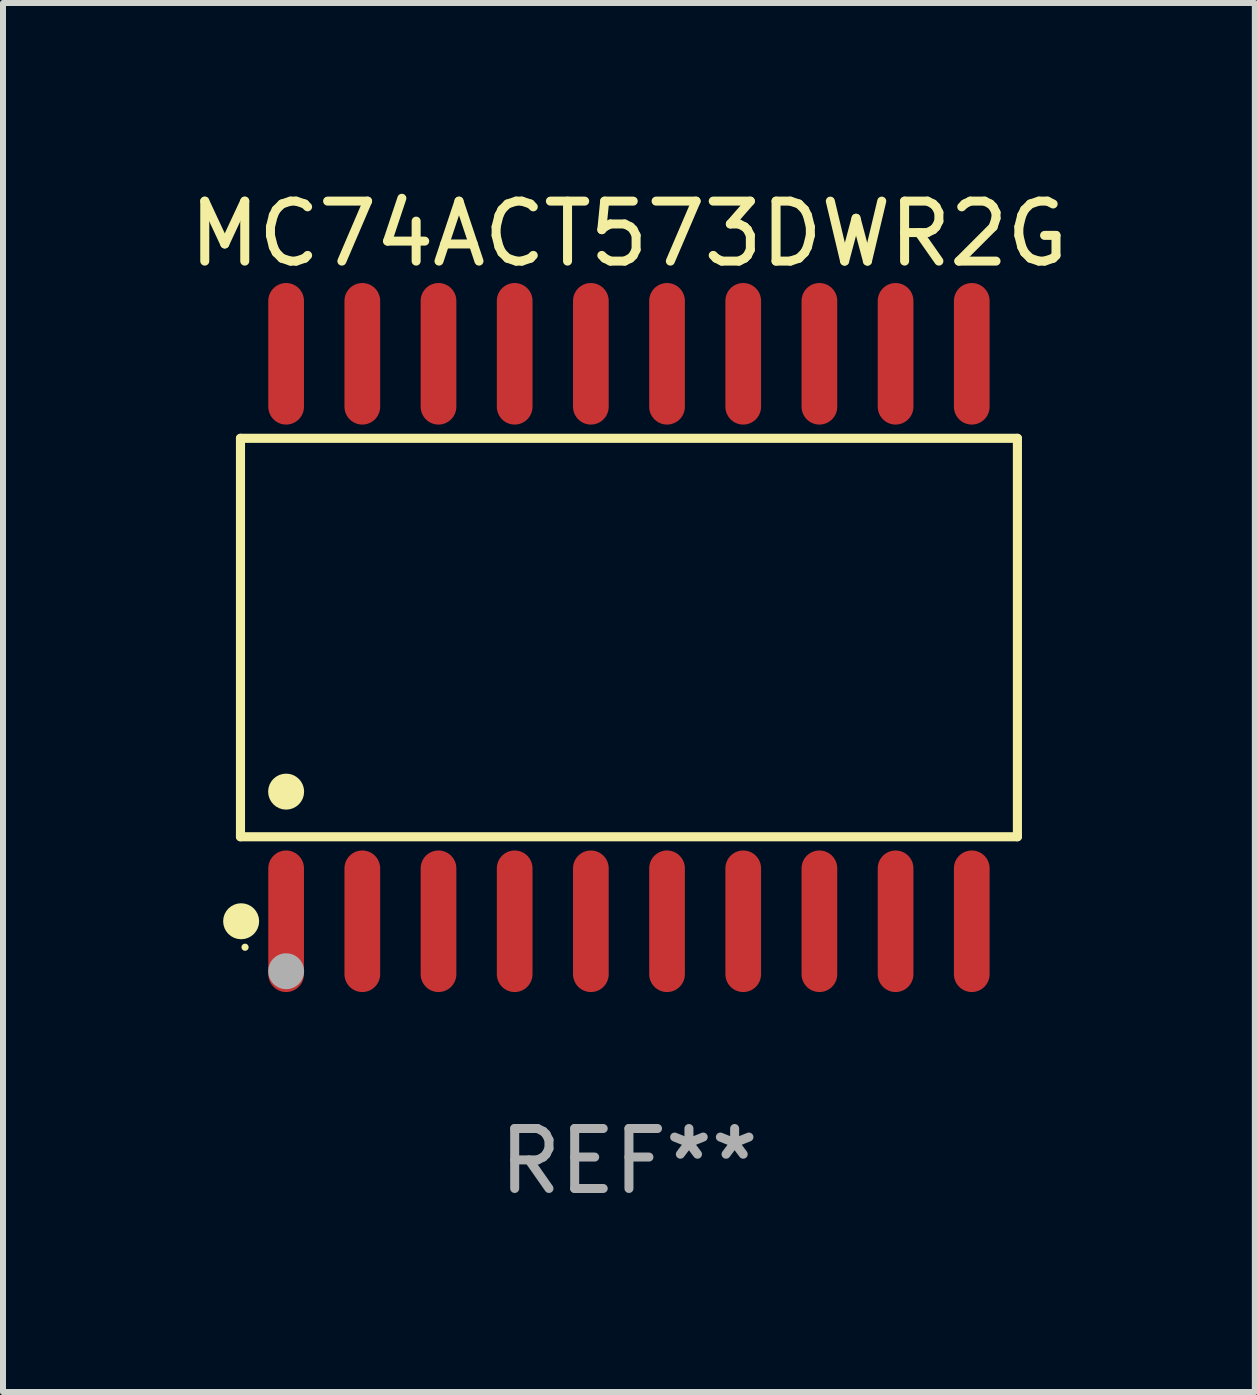
<source format=kicad_pcb>
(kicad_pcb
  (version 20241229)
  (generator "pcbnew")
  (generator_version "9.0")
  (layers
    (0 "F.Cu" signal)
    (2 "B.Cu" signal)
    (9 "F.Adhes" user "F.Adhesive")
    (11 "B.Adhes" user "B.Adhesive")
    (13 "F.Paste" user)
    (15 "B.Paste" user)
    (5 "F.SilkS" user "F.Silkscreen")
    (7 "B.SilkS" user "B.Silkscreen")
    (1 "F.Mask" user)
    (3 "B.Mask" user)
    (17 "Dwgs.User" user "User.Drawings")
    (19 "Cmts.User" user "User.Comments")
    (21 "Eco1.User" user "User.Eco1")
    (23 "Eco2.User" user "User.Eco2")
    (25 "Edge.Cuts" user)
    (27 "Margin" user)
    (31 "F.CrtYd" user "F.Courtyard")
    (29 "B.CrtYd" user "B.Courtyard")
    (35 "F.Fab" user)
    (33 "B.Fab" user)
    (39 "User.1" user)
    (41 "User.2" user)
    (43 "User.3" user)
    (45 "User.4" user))
  (footprint "MC74ACT573DWR2G"
    (layer "F.Cu")
    (at 7.435 7.578)
    (property "Reference" "MC74ACT573DWR2G" (at 0 -6.73 0) (layer "F.SilkS") (effects (font (size 1 1) (thickness 0.15))))
    (attr through_hole)
    (fp_line (start -6.476 -3.321) (end 6.476 -3.321) (stroke (width 0.152) (type solid)) (layer "F.SilkS"))
    (fp_line (start -6.476 3.321) (end -6.476 -3.321) (stroke (width 0.152) (type solid)) (layer "F.SilkS"))
    (fp_line (start 6.476 -3.321) (end 6.476 3.321) (stroke (width 0.152) (type solid)) (layer "F.SilkS"))
    (fp_line (start 6.476 3.321) (end -6.476 3.321) (stroke (width 0.152) (type solid)) (layer "F.SilkS"))
    (fp_circle (center -6.465 4.73) (end -6.315 4.73) (stroke (width 0.3) (type solid)) (fill no) (layer "F.SilkS"))
    (fp_circle (center -6.4 5.163) (end -6.37 5.163) (stroke (width 0.06) (type solid)) (fill no) (layer "F.SilkS"))
    (fp_circle (center -5.715 2.569) (end -5.565 2.569) (stroke (width 0.3) (type solid)) (fill no) (layer "F.SilkS"))
    (fp_circle (center -5.715 5.563) (end -5.565 5.563) (stroke (width 0.3) (type solid)) (fill no) (layer "F.Fab"))
    (fp_text user "REF**" (at 0 8.73 0) (layer "F.Fab") (effects (font (size 1 1) (thickness 0.15))))
    (pad "1" smd oval (at -5.715 4.73) (size 0.595 2.36) (layers "F.Cu" "F.Mask" "F.Paste"))
    (pad "2" smd oval (at -4.445 4.73) (size 0.595 2.36) (layers "F.Cu" "F.Mask" "F.Paste"))
    (pad "3" smd oval (at -3.175 4.73) (size 0.595 2.36) (layers "F.Cu" "F.Mask" "F.Paste"))
    (pad "4" smd oval (at -1.905 4.73) (size 0.595 2.36) (layers "F.Cu" "F.Mask" "F.Paste"))
    (pad "5" smd oval (at -0.635 4.73) (size 0.595 2.36) (layers "F.Cu" "F.Mask" "F.Paste"))
    (pad "6" smd oval (at 0.635 4.73) (size 0.595 2.36) (layers "F.Cu" "F.Mask" "F.Paste"))
    (pad "7" smd oval (at 1.905 4.73) (size 0.595 2.36) (layers "F.Cu" "F.Mask" "F.Paste"))
    (pad "8" smd oval (at 3.175 4.73) (size 0.595 2.36) (layers "F.Cu" "F.Mask" "F.Paste"))
    (pad "9" smd oval (at 4.445 4.73) (size 0.595 2.36) (layers "F.Cu" "F.Mask" "F.Paste"))
    (pad "10" smd oval (at 5.715 4.73) (size 0.595 2.36) (layers "F.Cu" "F.Mask" "F.Paste"))
    (pad "11" smd oval (at 5.715 -4.73) (size 0.595 2.36) (layers "F.Cu" "F.Mask" "F.Paste"))
    (pad "12" smd oval (at 4.445 -4.73) (size 0.595 2.36) (layers "F.Cu" "F.Mask" "F.Paste"))
    (pad "13" smd oval (at 3.175 -4.73) (size 0.595 2.36) (layers "F.Cu" "F.Mask" "F.Paste"))
    (pad "14" smd oval (at 1.905 -4.73) (size 0.595 2.36) (layers "F.Cu" "F.Mask" "F.Paste"))
    (pad "15" smd oval (at 0.635 -4.73) (size 0.595 2.36) (layers "F.Cu" "F.Mask" "F.Paste"))
    (pad "16" smd oval (at -0.635 -4.73) (size 0.595 2.36) (layers "F.Cu" "F.Mask" "F.Paste"))
    (pad "17" smd oval (at -1.905 -4.73) (size 0.595 2.36) (layers "F.Cu" "F.Mask" "F.Paste"))
    (pad "18" smd oval (at -3.175 -4.73) (size 0.595 2.36) (layers "F.Cu" "F.Mask" "F.Paste"))
    (pad "19" smd oval (at -4.445 -4.73) (size 0.595 2.36) (layers "F.Cu" "F.Mask" "F.Paste"))
    (pad "20" smd oval (at -5.715 -4.73) (size 0.595 2.36) (layers "F.Cu" "F.Mask" "F.Paste")))
  (gr_rect
    (start -3 -3)
    (end 17.869 20.156)
    (stroke (width 0.1) (type default))
    (fill no)
    (layer "Edge.Cuts")))
</source>
